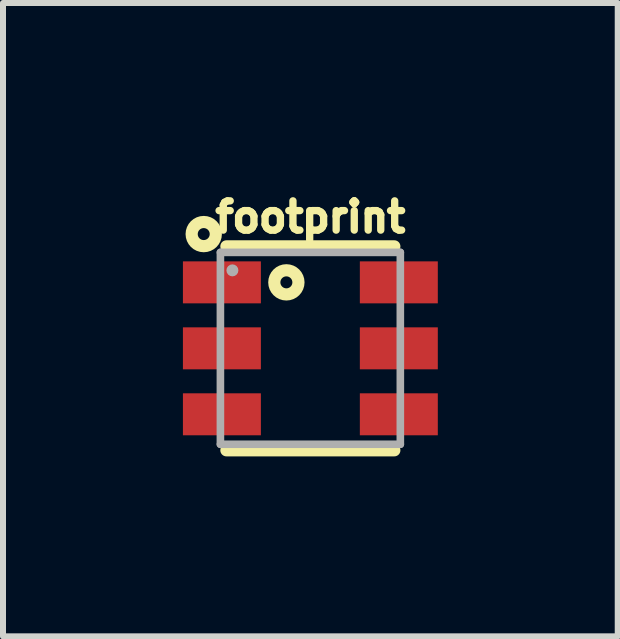
<source format=kicad_pcb>
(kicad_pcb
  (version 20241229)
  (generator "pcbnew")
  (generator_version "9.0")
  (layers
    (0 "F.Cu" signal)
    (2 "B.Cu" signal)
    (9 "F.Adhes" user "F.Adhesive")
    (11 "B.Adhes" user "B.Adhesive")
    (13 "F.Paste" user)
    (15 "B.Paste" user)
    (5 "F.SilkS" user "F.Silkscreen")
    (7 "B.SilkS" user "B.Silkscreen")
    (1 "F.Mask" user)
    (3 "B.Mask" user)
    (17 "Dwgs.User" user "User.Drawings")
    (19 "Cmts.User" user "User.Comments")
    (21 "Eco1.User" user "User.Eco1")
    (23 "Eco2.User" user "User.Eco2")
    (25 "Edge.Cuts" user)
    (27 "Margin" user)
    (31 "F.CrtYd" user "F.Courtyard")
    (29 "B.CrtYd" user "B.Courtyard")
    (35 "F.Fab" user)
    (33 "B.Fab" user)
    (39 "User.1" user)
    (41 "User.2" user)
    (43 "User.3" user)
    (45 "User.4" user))
  (footprint "footprint"
    (layer "F.Cu")
    (at 2.125 2.758)
    (property "Reference" "footprint" (at 0 -1.905 0) (layer "F.SilkS") (effects (font (size 0.488 0.488) (thickness 0.122)) (justify bottom)))
    (fp_line (start -1.4 -1.7) (end 1.4 -1.7) (stroke (width 0.203) (type solid)) (layer "F.SilkS"))
    (fp_line (start 1.4 1.7) (end -1.4 1.7) (stroke (width 0.203) (type solid)) (layer "F.SilkS"))
    (fp_circle (center -1.778 -1.905) (end -1.678 -1.905) (stroke (width 0.203) (type solid)) (fill no) (layer "F.SilkS"))
    (fp_circle (center -0.4 -1.1) (end -0.3 -1.1) (stroke (width 0.203) (type solid)) (fill no) (layer "F.SilkS"))
    (fp_line (start -1.5 -1.6) (end 1.5 -1.6) (stroke (width 0.127) (type solid)) (layer "F.Fab"))
    (fp_line (start -1.5 1.6) (end -1.5 -1.6) (stroke (width 0.127) (type solid)) (layer "F.Fab"))
    (fp_line (start 1.5 -1.6) (end 1.5 1.6) (stroke (width 0.127) (type solid)) (layer "F.Fab"))
    (fp_line (start 1.5 1.6) (end -1.5 1.6) (stroke (width 0.127) (type solid)) (layer "F.Fab"))
    (fp_circle (center -1.3 -1.3) (end -1.25 -1.3) (stroke (width 0.1) (type solid)) (fill no) (layer "F.Fab"))
    (pad "AB" smd rect (at 1.475 -1.1) (size 1.3 0.7) (layers "F.Cu" "F.Mask" "F.Paste"))
    (pad "AG" smd rect (at 1.475 1.1) (size 1.3 0.7) (layers "F.Cu" "F.Mask" "F.Paste"))
    (pad "AR" smd rect (at 1.475 0) (size 1.3 0.7) (layers "F.Cu" "F.Mask" "F.Paste"))
    (pad "CB" smd rect (at -1.475 -1.1) (size 1.3 0.7) (layers "F.Cu" "F.Mask" "F.Paste"))
    (pad "CG" smd rect (at -1.475 1.1) (size 1.3 0.7) (layers "F.Cu" "F.Mask" "F.Paste"))
    (pad "CR" smd rect (at -1.475 0) (size 1.3 0.7) (layers "F.Cu" "F.Mask" "F.Paste")))
  (gr_rect
    (start -3 -3)
    (end 7.25 7.56)
    (stroke (width 0.1) (type default))
    (fill no)
    (layer "Edge.Cuts")))
</source>
